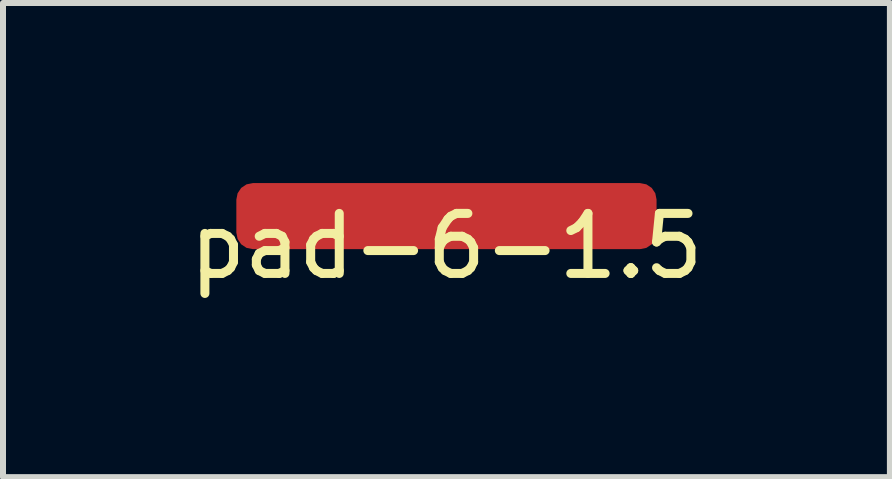
<source format=kicad_pcb>
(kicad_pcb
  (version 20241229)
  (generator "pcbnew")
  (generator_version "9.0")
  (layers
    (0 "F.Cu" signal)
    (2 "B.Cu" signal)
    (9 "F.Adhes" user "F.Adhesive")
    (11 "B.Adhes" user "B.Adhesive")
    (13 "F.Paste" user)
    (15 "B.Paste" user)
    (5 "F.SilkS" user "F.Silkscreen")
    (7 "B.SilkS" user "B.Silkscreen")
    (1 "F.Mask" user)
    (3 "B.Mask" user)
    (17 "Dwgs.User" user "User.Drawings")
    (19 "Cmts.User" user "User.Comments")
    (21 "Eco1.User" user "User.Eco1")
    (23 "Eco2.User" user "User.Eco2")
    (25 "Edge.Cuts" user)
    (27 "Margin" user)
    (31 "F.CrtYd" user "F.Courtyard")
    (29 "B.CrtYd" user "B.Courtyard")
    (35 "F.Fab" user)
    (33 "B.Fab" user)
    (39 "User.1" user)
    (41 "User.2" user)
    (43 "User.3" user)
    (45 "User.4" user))
  (footprint "pad-6-1.5"
    (layer "F.Cu")
    (at 4.387 0.55)
    (property "Reference" "pad-6-1.5" (at 0 0.5 0) (layer "F.SilkS") (effects (font (size 1 1) (thickness 0.15))))
    (attr through_hole)
    (pad "1" smd roundrect (at 0 0) (size 7 1.1) (layers "F.Cu" "F.Mask" "F.Paste") (roundrect_rratio 0.25)))
  (gr_rect
    (start -3 -3)
    (end 11.774 4.898)
    (stroke (width 0.1) (type default))
    (fill no)
    (layer "Edge.Cuts")))
</source>
